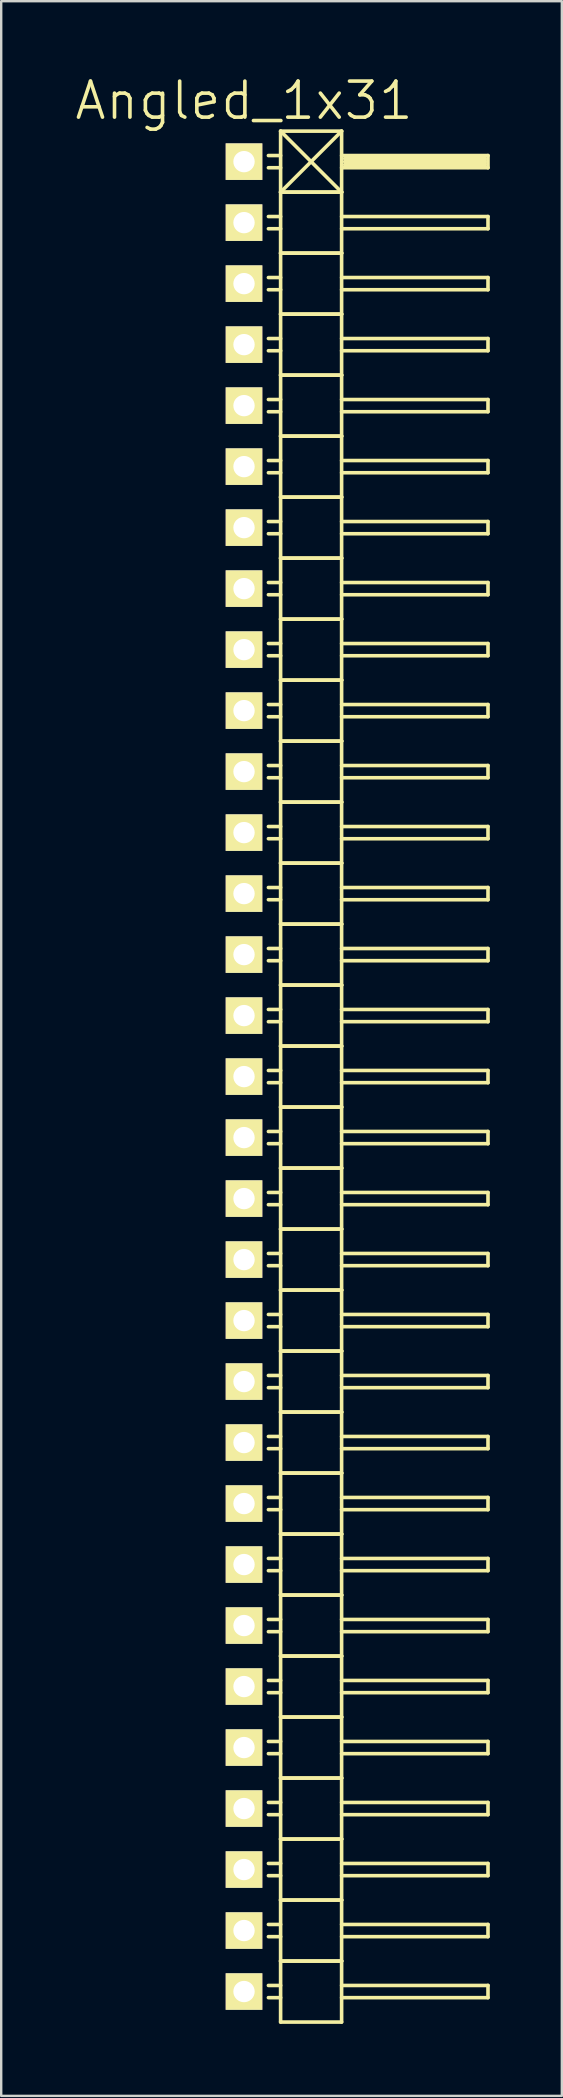
<source format=kicad_pcb>
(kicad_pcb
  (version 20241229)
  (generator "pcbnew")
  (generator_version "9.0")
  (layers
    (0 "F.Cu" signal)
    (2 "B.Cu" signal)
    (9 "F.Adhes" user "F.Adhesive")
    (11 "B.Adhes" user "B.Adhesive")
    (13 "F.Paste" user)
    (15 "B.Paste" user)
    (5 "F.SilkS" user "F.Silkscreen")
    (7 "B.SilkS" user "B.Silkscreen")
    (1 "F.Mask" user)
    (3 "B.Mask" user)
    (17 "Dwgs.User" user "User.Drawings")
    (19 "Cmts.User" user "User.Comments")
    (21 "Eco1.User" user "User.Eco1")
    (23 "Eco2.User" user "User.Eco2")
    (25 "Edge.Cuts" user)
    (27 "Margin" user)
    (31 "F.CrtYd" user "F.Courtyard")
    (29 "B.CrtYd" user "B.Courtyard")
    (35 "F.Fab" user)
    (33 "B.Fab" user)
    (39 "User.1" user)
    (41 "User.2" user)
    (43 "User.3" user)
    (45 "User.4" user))
  (footprint "Angled_1x31"
    (layer "F.Cu")
    (at 7.111 41.781)
    (property "Reference" "Angled_1x31" (at 0 -40.64 0) (layer "F.SilkS") (effects (font (size 1.5 1.5) (thickness 0.15))))
    (attr through_hole)
    (fp_line (start 1.524 -39.37) (end 1.524 -36.83) (stroke (width 0.15) (type solid)) (layer "F.SilkS"))
    (fp_line (start 1.524 -39.37) (end 4.064 -39.37) (stroke (width 0.15) (type solid)) (layer "F.SilkS"))
    (fp_line (start 1.524 -38.354) (end 1.016 -38.354) (stroke (width 0.15) (type solid)) (layer "F.SilkS"))
    (fp_line (start 1.524 -37.846) (end 1.016 -37.846) (stroke (width 0.15) (type solid)) (layer "F.SilkS"))
    (fp_line (start 1.524 -36.83) (end 1.524 -34.29) (stroke (width 0.15) (type solid)) (layer "F.SilkS"))
    (fp_line (start 1.524 -36.83) (end 4.064 -36.83) (stroke (width 0.15) (type solid)) (layer "F.SilkS"))
    (fp_line (start 1.524 -36.83) (end 4.064 -36.83) (stroke (width 0.15) (type solid)) (layer "F.SilkS"))
    (fp_line (start 1.524 -35.814) (end 1.016 -35.814) (stroke (width 0.15) (type solid)) (layer "F.SilkS"))
    (fp_line (start 1.524 -35.306) (end 1.016 -35.306) (stroke (width 0.15) (type solid)) (layer "F.SilkS"))
    (fp_line (start 1.524 -34.29) (end 1.524 -31.75) (stroke (width 0.15) (type solid)) (layer "F.SilkS"))
    (fp_line (start 1.524 -34.29) (end 4.064 -34.29) (stroke (width 0.15) (type solid)) (layer "F.SilkS"))
    (fp_line (start 1.524 -34.29) (end 4.064 -34.29) (stroke (width 0.15) (type solid)) (layer "F.SilkS"))
    (fp_line (start 1.524 -33.274) (end 1.016 -33.274) (stroke (width 0.15) (type solid)) (layer "F.SilkS"))
    (fp_line (start 1.524 -32.766) (end 1.016 -32.766) (stroke (width 0.15) (type solid)) (layer "F.SilkS"))
    (fp_line (start 1.524 -31.75) (end 1.524 -29.21) (stroke (width 0.15) (type solid)) (layer "F.SilkS"))
    (fp_line (start 1.524 -31.75) (end 4.064 -31.75) (stroke (width 0.15) (type solid)) (layer "F.SilkS"))
    (fp_line (start 1.524 -31.75) (end 4.064 -31.75) (stroke (width 0.15) (type solid)) (layer "F.SilkS"))
    (fp_line (start 1.524 -30.734) (end 1.016 -30.734) (stroke (width 0.15) (type solid)) (layer "F.SilkS"))
    (fp_line (start 1.524 -30.226) (end 1.016 -30.226) (stroke (width 0.15) (type solid)) (layer "F.SilkS"))
    (fp_line (start 1.524 -29.21) (end 1.524 -26.67) (stroke (width 0.15) (type solid)) (layer "F.SilkS"))
    (fp_line (start 1.524 -29.21) (end 4.064 -29.21) (stroke (width 0.15) (type solid)) (layer "F.SilkS"))
    (fp_line (start 1.524 -29.21) (end 4.064 -29.21) (stroke (width 0.15) (type solid)) (layer "F.SilkS"))
    (fp_line (start 1.524 -28.194) (end 1.016 -28.194) (stroke (width 0.15) (type solid)) (layer "F.SilkS"))
    (fp_line (start 1.524 -27.686) (end 1.016 -27.686) (stroke (width 0.15) (type solid)) (layer "F.SilkS"))
    (fp_line (start 1.524 -26.67) (end 1.524 -24.13) (stroke (width 0.15) (type solid)) (layer "F.SilkS"))
    (fp_line (start 1.524 -26.67) (end 4.064 -26.67) (stroke (width 0.15) (type solid)) (layer "F.SilkS"))
    (fp_line (start 1.524 -26.67) (end 4.064 -26.67) (stroke (width 0.15) (type solid)) (layer "F.SilkS"))
    (fp_line (start 1.524 -25.654) (end 1.016 -25.654) (stroke (width 0.15) (type solid)) (layer "F.SilkS"))
    (fp_line (start 1.524 -25.146) (end 1.016 -25.146) (stroke (width 0.15) (type solid)) (layer "F.SilkS"))
    (fp_line (start 1.524 -24.13) (end 1.524 -21.59) (stroke (width 0.15) (type solid)) (layer "F.SilkS"))
    (fp_line (start 1.524 -24.13) (end 4.064 -24.13) (stroke (width 0.15) (type solid)) (layer "F.SilkS"))
    (fp_line (start 1.524 -24.13) (end 4.064 -24.13) (stroke (width 0.15) (type solid)) (layer "F.SilkS"))
    (fp_line (start 1.524 -23.114) (end 1.016 -23.114) (stroke (width 0.15) (type solid)) (layer "F.SilkS"))
    (fp_line (start 1.524 -22.606) (end 1.016 -22.606) (stroke (width 0.15) (type solid)) (layer "F.SilkS"))
    (fp_line (start 1.524 -21.59) (end 1.524 -19.05) (stroke (width 0.15) (type solid)) (layer "F.SilkS"))
    (fp_line (start 1.524 -21.59) (end 4.064 -21.59) (stroke (width 0.15) (type solid)) (layer "F.SilkS"))
    (fp_line (start 1.524 -21.59) (end 4.064 -21.59) (stroke (width 0.15) (type solid)) (layer "F.SilkS"))
    (fp_line (start 1.524 -20.574) (end 1.016 -20.574) (stroke (width 0.15) (type solid)) (layer "F.SilkS"))
    (fp_line (start 1.524 -20.066) (end 1.016 -20.066) (stroke (width 0.15) (type solid)) (layer "F.SilkS"))
    (fp_line (start 1.524 -19.05) (end 1.524 -16.51) (stroke (width 0.15) (type solid)) (layer "F.SilkS"))
    (fp_line (start 1.524 -19.05) (end 4.064 -19.05) (stroke (width 0.15) (type solid)) (layer "F.SilkS"))
    (fp_line (start 1.524 -19.05) (end 4.064 -19.05) (stroke (width 0.15) (type solid)) (layer "F.SilkS"))
    (fp_line (start 1.524 -18.034) (end 1.016 -18.034) (stroke (width 0.15) (type solid)) (layer "F.SilkS"))
    (fp_line (start 1.524 -17.526) (end 1.016 -17.526) (stroke (width 0.15) (type solid)) (layer "F.SilkS"))
    (fp_line (start 1.524 -16.51) (end 1.524 -13.97) (stroke (width 0.15) (type solid)) (layer "F.SilkS"))
    (fp_line (start 1.524 -16.51) (end 4.064 -16.51) (stroke (width 0.15) (type solid)) (layer "F.SilkS"))
    (fp_line (start 1.524 -16.51) (end 4.064 -16.51) (stroke (width 0.15) (type solid)) (layer "F.SilkS"))
    (fp_line (start 1.524 -15.494) (end 1.016 -15.494) (stroke (width 0.15) (type solid)) (layer "F.SilkS"))
    (fp_line (start 1.524 -14.986) (end 1.016 -14.986) (stroke (width 0.15) (type solid)) (layer "F.SilkS"))
    (fp_line (start 1.524 -13.97) (end 1.524 -11.43) (stroke (width 0.15) (type solid)) (layer "F.SilkS"))
    (fp_line (start 1.524 -13.97) (end 4.064 -13.97) (stroke (width 0.15) (type solid)) (layer "F.SilkS"))
    (fp_line (start 1.524 -13.97) (end 4.064 -13.97) (stroke (width 0.15) (type solid)) (layer "F.SilkS"))
    (fp_line (start 1.524 -12.954) (end 1.016 -12.954) (stroke (width 0.15) (type solid)) (layer "F.SilkS"))
    (fp_line (start 1.524 -12.446) (end 1.016 -12.446) (stroke (width 0.15) (type solid)) (layer "F.SilkS"))
    (fp_line (start 1.524 -11.43) (end 1.524 -8.89) (stroke (width 0.15) (type solid)) (layer "F.SilkS"))
    (fp_line (start 1.524 -11.43) (end 4.064 -11.43) (stroke (width 0.15) (type solid)) (layer "F.SilkS"))
    (fp_line (start 1.524 -11.43) (end 4.064 -11.43) (stroke (width 0.15) (type solid)) (layer "F.SilkS"))
    (fp_line (start 1.524 -10.414) (end 1.016 -10.414) (stroke (width 0.15) (type solid)) (layer "F.SilkS"))
    (fp_line (start 1.524 -9.906) (end 1.016 -9.906) (stroke (width 0.15) (type solid)) (layer "F.SilkS"))
    (fp_line (start 1.524 -8.89) (end 1.524 -6.35) (stroke (width 0.15) (type solid)) (layer "F.SilkS"))
    (fp_line (start 1.524 -8.89) (end 4.064 -8.89) (stroke (width 0.15) (type solid)) (layer "F.SilkS"))
    (fp_line (start 1.524 -8.89) (end 4.064 -8.89) (stroke (width 0.15) (type solid)) (layer "F.SilkS"))
    (fp_line (start 1.524 -7.874) (end 1.016 -7.874) (stroke (width 0.15) (type solid)) (layer "F.SilkS"))
    (fp_line (start 1.524 -7.366) (end 1.016 -7.366) (stroke (width 0.15) (type solid)) (layer "F.SilkS"))
    (fp_line (start 1.524 -6.35) (end 1.524 -3.81) (stroke (width 0.15) (type solid)) (layer "F.SilkS"))
    (fp_line (start 1.524 -6.35) (end 4.064 -6.35) (stroke (width 0.15) (type solid)) (layer "F.SilkS"))
    (fp_line (start 1.524 -6.35) (end 4.064 -6.35) (stroke (width 0.15) (type solid)) (layer "F.SilkS"))
    (fp_line (start 1.524 -5.334) (end 1.016 -5.334) (stroke (width 0.15) (type solid)) (layer "F.SilkS"))
    (fp_line (start 1.524 -4.826) (end 1.016 -4.826) (stroke (width 0.15) (type solid)) (layer "F.SilkS"))
    (fp_line (start 1.524 -3.81) (end 1.524 -1.27) (stroke (width 0.15) (type solid)) (layer "F.SilkS"))
    (fp_line (start 1.524 -3.81) (end 4.064 -3.81) (stroke (width 0.15) (type solid)) (layer "F.SilkS"))
    (fp_line (start 1.524 -3.81) (end 4.064 -3.81) (stroke (width 0.15) (type solid)) (layer "F.SilkS"))
    (fp_line (start 1.524 -2.794) (end 1.016 -2.794) (stroke (width 0.15) (type solid)) (layer "F.SilkS"))
    (fp_line (start 1.524 -2.286) (end 1.016 -2.286) (stroke (width 0.15) (type solid)) (layer "F.SilkS"))
    (fp_line (start 1.524 -1.27) (end 1.524 1.27) (stroke (width 0.15) (type solid)) (layer "F.SilkS"))
    (fp_line (start 1.524 -1.27) (end 4.064 -1.27) (stroke (width 0.15) (type solid)) (layer "F.SilkS"))
    (fp_line (start 1.524 -1.27) (end 4.064 -1.27) (stroke (width 0.15) (type solid)) (layer "F.SilkS"))
    (fp_line (start 1.524 -0.254) (end 1.016 -0.254) (stroke (width 0.15) (type solid)) (layer "F.SilkS"))
    (fp_line (start 1.524 0.254) (end 1.016 0.254) (stroke (width 0.15) (type solid)) (layer "F.SilkS"))
    (fp_line (start 1.524 1.27) (end 1.524 3.81) (stroke (width 0.15) (type solid)) (layer "F.SilkS"))
    (fp_line (start 1.524 1.27) (end 4.064 1.27) (stroke (width 0.15) (type solid)) (layer "F.SilkS"))
    (fp_line (start 1.524 1.27) (end 4.064 1.27) (stroke (width 0.15) (type solid)) (layer "F.SilkS"))
    (fp_line (start 1.524 2.286) (end 1.016 2.286) (stroke (width 0.15) (type solid)) (layer "F.SilkS"))
    (fp_line (start 1.524 2.794) (end 1.016 2.794) (stroke (width 0.15) (type solid)) (layer "F.SilkS"))
    (fp_line (start 1.524 3.81) (end 1.524 6.35) (stroke (width 0.15) (type solid)) (layer "F.SilkS"))
    (fp_line (start 1.524 3.81) (end 4.064 3.81) (stroke (width 0.15) (type solid)) (layer "F.SilkS"))
    (fp_line (start 1.524 3.81) (end 4.064 3.81) (stroke (width 0.15) (type solid)) (layer "F.SilkS"))
    (fp_line (start 1.524 4.826) (end 1.016 4.826) (stroke (width 0.15) (type solid)) (layer "F.SilkS"))
    (fp_line (start 1.524 5.334) (end 1.016 5.334) (stroke (width 0.15) (type solid)) (layer "F.SilkS"))
    (fp_line (start 1.524 6.35) (end 1.524 8.89) (stroke (width 0.15) (type solid)) (layer "F.SilkS"))
    (fp_line (start 1.524 6.35) (end 4.064 6.35) (stroke (width 0.15) (type solid)) (layer "F.SilkS"))
    (fp_line (start 1.524 6.35) (end 4.064 6.35) (stroke (width 0.15) (type solid)) (layer "F.SilkS"))
    (fp_line (start 1.524 7.366) (end 1.016 7.366) (stroke (width 0.15) (type solid)) (layer "F.SilkS"))
    (fp_line (start 1.524 7.874) (end 1.016 7.874) (stroke (width 0.15) (type solid)) (layer "F.SilkS"))
    (fp_line (start 1.524 8.89) (end 1.524 11.43) (stroke (width 0.15) (type solid)) (layer "F.SilkS"))
    (fp_line (start 1.524 8.89) (end 4.064 8.89) (stroke (width 0.15) (type solid)) (layer "F.SilkS"))
    (fp_line (start 1.524 8.89) (end 4.064 8.89) (stroke (width 0.15) (type solid)) (layer "F.SilkS"))
    (fp_line (start 1.524 9.906) (end 1.016 9.906) (stroke (width 0.15) (type solid)) (layer "F.SilkS"))
    (fp_line (start 1.524 10.414) (end 1.016 10.414) (stroke (width 0.15) (type solid)) (layer "F.SilkS"))
    (fp_line (start 1.524 11.43) (end 1.524 13.97) (stroke (width 0.15) (type solid)) (layer "F.SilkS"))
    (fp_line (start 1.524 11.43) (end 4.064 11.43) (stroke (width 0.15) (type solid)) (layer "F.SilkS"))
    (fp_line (start 1.524 11.43) (end 4.064 11.43) (stroke (width 0.15) (type solid)) (layer "F.SilkS"))
    (fp_line (start 1.524 12.446) (end 1.016 12.446) (stroke (width 0.15) (type solid)) (layer "F.SilkS"))
    (fp_line (start 1.524 12.954) (end 1.016 12.954) (stroke (width 0.15) (type solid)) (layer "F.SilkS"))
    (fp_line (start 1.524 13.97) (end 1.524 16.51) (stroke (width 0.15) (type solid)) (layer "F.SilkS"))
    (fp_line (start 1.524 13.97) (end 4.064 13.97) (stroke (width 0.15) (type solid)) (layer "F.SilkS"))
    (fp_line (start 1.524 13.97) (end 4.064 13.97) (stroke (width 0.15) (type solid)) (layer "F.SilkS"))
    (fp_line (start 1.524 14.986) (end 1.016 14.986) (stroke (width 0.15) (type solid)) (layer "F.SilkS"))
    (fp_line (start 1.524 15.494) (end 1.016 15.494) (stroke (width 0.15) (type solid)) (layer "F.SilkS"))
    (fp_line (start 1.524 16.51) (end 1.524 19.05) (stroke (width 0.15) (type solid)) (layer "F.SilkS"))
    (fp_line (start 1.524 16.51) (end 4.064 16.51) (stroke (width 0.15) (type solid)) (layer "F.SilkS"))
    (fp_line (start 1.524 16.51) (end 4.064 16.51) (stroke (width 0.15) (type solid)) (layer "F.SilkS"))
    (fp_line (start 1.524 17.526) (end 1.016 17.526) (stroke (width 0.15) (type solid)) (layer "F.SilkS"))
    (fp_line (start 1.524 18.034) (end 1.016 18.034) (stroke (width 0.15) (type solid)) (layer "F.SilkS"))
    (fp_line (start 1.524 19.05) (end 1.524 21.59) (stroke (width 0.15) (type solid)) (layer "F.SilkS"))
    (fp_line (start 1.524 19.05) (end 4.064 19.05) (stroke (width 0.15) (type solid)) (layer "F.SilkS"))
    (fp_line (start 1.524 19.05) (end 4.064 19.05) (stroke (width 0.15) (type solid)) (layer "F.SilkS"))
    (fp_line (start 1.524 20.066) (end 1.016 20.066) (stroke (width 0.15) (type solid)) (layer "F.SilkS"))
    (fp_line (start 1.524 20.574) (end 1.016 20.574) (stroke (width 0.15) (type solid)) (layer "F.SilkS"))
    (fp_line (start 1.524 21.59) (end 1.524 24.13) (stroke (width 0.15) (type solid)) (layer "F.SilkS"))
    (fp_line (start 1.524 21.59) (end 4.064 21.59) (stroke (width 0.15) (type solid)) (layer "F.SilkS"))
    (fp_line (start 1.524 21.59) (end 4.064 21.59) (stroke (width 0.15) (type solid)) (layer "F.SilkS"))
    (fp_line (start 1.524 22.606) (end 1.016 22.606) (stroke (width 0.15) (type solid)) (layer "F.SilkS"))
    (fp_line (start 1.524 23.114) (end 1.016 23.114) (stroke (width 0.15) (type solid)) (layer "F.SilkS"))
    (fp_line (start 1.524 24.13) (end 1.524 26.67) (stroke (width 0.15) (type solid)) (layer "F.SilkS"))
    (fp_line (start 1.524 24.13) (end 4.064 24.13) (stroke (width 0.15) (type solid)) (layer "F.SilkS"))
    (fp_line (start 1.524 24.13) (end 4.064 24.13) (stroke (width 0.15) (type solid)) (layer "F.SilkS"))
    (fp_line (start 1.524 25.146) (end 1.016 25.146) (stroke (width 0.15) (type solid)) (layer "F.SilkS"))
    (fp_line (start 1.524 25.654) (end 1.016 25.654) (stroke (width 0.15) (type solid)) (layer "F.SilkS"))
    (fp_line (start 1.524 26.67) (end 1.524 29.21) (stroke (width 0.15) (type solid)) (layer "F.SilkS"))
    (fp_line (start 1.524 26.67) (end 4.064 26.67) (stroke (width 0.15) (type solid)) (layer "F.SilkS"))
    (fp_line (start 1.524 26.67) (end 4.064 26.67) (stroke (width 0.15) (type solid)) (layer "F.SilkS"))
    (fp_line (start 1.524 27.686) (end 1.016 27.686) (stroke (width 0.15) (type solid)) (layer "F.SilkS"))
    (fp_line (start 1.524 28.194) (end 1.016 28.194) (stroke (width 0.15) (type solid)) (layer "F.SilkS"))
    (fp_line (start 1.524 29.21) (end 1.524 31.75) (stroke (width 0.15) (type solid)) (layer "F.SilkS"))
    (fp_line (start 1.524 29.21) (end 4.064 29.21) (stroke (width 0.15) (type solid)) (layer "F.SilkS"))
    (fp_line (start 1.524 29.21) (end 4.064 29.21) (stroke (width 0.15) (type solid)) (layer "F.SilkS"))
    (fp_line (start 1.524 30.226) (end 1.016 30.226) (stroke (width 0.15) (type solid)) (layer "F.SilkS"))
    (fp_line (start 1.524 30.734) (end 1.016 30.734) (stroke (width 0.15) (type solid)) (layer "F.SilkS"))
    (fp_line (start 1.524 31.75) (end 1.524 34.29) (stroke (width 0.15) (type solid)) (layer "F.SilkS"))
    (fp_line (start 1.524 31.75) (end 4.064 31.75) (stroke (width 0.15) (type solid)) (layer "F.SilkS"))
    (fp_line (start 1.524 31.75) (end 4.064 31.75) (stroke (width 0.15) (type solid)) (layer "F.SilkS"))
    (fp_line (start 1.524 32.766) (end 1.016 32.766) (stroke (width 0.15) (type solid)) (layer "F.SilkS"))
    (fp_line (start 1.524 33.274) (end 1.016 33.274) (stroke (width 0.15) (type solid)) (layer "F.SilkS"))
    (fp_line (start 1.524 34.29) (end 1.524 36.83) (stroke (width 0.15) (type solid)) (layer "F.SilkS"))
    (fp_line (start 1.524 34.29) (end 4.064 34.29) (stroke (width 0.15) (type solid)) (layer "F.SilkS"))
    (fp_line (start 1.524 34.29) (end 4.064 34.29) (stroke (width 0.15) (type solid)) (layer "F.SilkS"))
    (fp_line (start 1.524 35.306) (end 1.016 35.306) (stroke (width 0.15) (type solid)) (layer "F.SilkS"))
    (fp_line (start 1.524 35.814) (end 1.016 35.814) (stroke (width 0.15) (type solid)) (layer "F.SilkS"))
    (fp_line (start 1.524 36.83) (end 1.524 39.37) (stroke (width 0.15) (type solid)) (layer "F.SilkS"))
    (fp_line (start 1.524 36.83) (end 4.064 36.83) (stroke (width 0.15) (type solid)) (layer "F.SilkS"))
    (fp_line (start 1.524 36.83) (end 4.064 36.83) (stroke (width 0.15) (type solid)) (layer "F.SilkS"))
    (fp_line (start 1.524 37.846) (end 1.016 37.846) (stroke (width 0.15) (type solid)) (layer "F.SilkS"))
    (fp_line (start 1.524 38.354) (end 1.016 38.354) (stroke (width 0.15) (type solid)) (layer "F.SilkS"))
    (fp_line (start 1.524 39.37) (end 4.064 39.37) (stroke (width 0.15) (type solid)) (layer "F.SilkS"))
    (fp_line (start 4.064 -39.37) (end 1.524 -36.83) (stroke (width 0.15) (type solid)) (layer "F.SilkS"))
    (fp_line (start 4.064 -38.354) (end 10.16 -38.354) (stroke (width 0.15) (type solid)) (layer "F.SilkS"))
    (fp_line (start 4.064 -36.83) (end 1.524 -39.37) (stroke (width 0.15) (type solid)) (layer "F.SilkS"))
    (fp_line (start 4.064 -36.83) (end 4.064 -39.37) (stroke (width 0.15) (type solid)) (layer "F.SilkS"))
    (fp_line (start 4.064 -35.814) (end 10.16 -35.814) (stroke (width 0.15) (type solid)) (layer "F.SilkS"))
    (fp_line (start 4.064 -34.29) (end 4.064 -36.83) (stroke (width 0.15) (type solid)) (layer "F.SilkS"))
    (fp_line (start 4.064 -33.274) (end 10.16 -33.274) (stroke (width 0.15) (type solid)) (layer "F.SilkS"))
    (fp_line (start 4.064 -31.75) (end 4.064 -34.29) (stroke (width 0.15) (type solid)) (layer "F.SilkS"))
    (fp_line (start 4.064 -30.734) (end 10.16 -30.734) (stroke (width 0.15) (type solid)) (layer "F.SilkS"))
    (fp_line (start 4.064 -29.21) (end 4.064 -31.75) (stroke (width 0.15) (type solid)) (layer "F.SilkS"))
    (fp_line (start 4.064 -28.194) (end 10.16 -28.194) (stroke (width 0.15) (type solid)) (layer "F.SilkS"))
    (fp_line (start 4.064 -26.67) (end 4.064 -29.21) (stroke (width 0.15) (type solid)) (layer "F.SilkS"))
    (fp_line (start 4.064 -25.654) (end 10.16 -25.654) (stroke (width 0.15) (type solid)) (layer "F.SilkS"))
    (fp_line (start 4.064 -24.13) (end 4.064 -26.67) (stroke (width 0.15) (type solid)) (layer "F.SilkS"))
    (fp_line (start 4.064 -23.114) (end 10.16 -23.114) (stroke (width 0.15) (type solid)) (layer "F.SilkS"))
    (fp_line (start 4.064 -21.59) (end 4.064 -24.13) (stroke (width 0.15) (type solid)) (layer "F.SilkS"))
    (fp_line (start 4.064 -20.574) (end 10.16 -20.574) (stroke (width 0.15) (type solid)) (layer "F.SilkS"))
    (fp_line (start 4.064 -19.05) (end 4.064 -21.59) (stroke (width 0.15) (type solid)) (layer "F.SilkS"))
    (fp_line (start 4.064 -18.034) (end 10.16 -18.034) (stroke (width 0.15) (type solid)) (layer "F.SilkS"))
    (fp_line (start 4.064 -16.51) (end 4.064 -19.05) (stroke (width 0.15) (type solid)) (layer "F.SilkS"))
    (fp_line (start 4.064 -15.494) (end 10.16 -15.494) (stroke (width 0.15) (type solid)) (layer "F.SilkS"))
    (fp_line (start 4.064 -13.97) (end 4.064 -16.51) (stroke (width 0.15) (type solid)) (layer "F.SilkS"))
    (fp_line (start 4.064 -12.954) (end 10.16 -12.954) (stroke (width 0.15) (type solid)) (layer "F.SilkS"))
    (fp_line (start 4.064 -11.43) (end 4.064 -13.97) (stroke (width 0.15) (type solid)) (layer "F.SilkS"))
    (fp_line (start 4.064 -10.414) (end 10.16 -10.414) (stroke (width 0.15) (type solid)) (layer "F.SilkS"))
    (fp_line (start 4.064 -8.89) (end 4.064 -11.43) (stroke (width 0.15) (type solid)) (layer "F.SilkS"))
    (fp_line (start 4.064 -7.874) (end 10.16 -7.874) (stroke (width 0.15) (type solid)) (layer "F.SilkS"))
    (fp_line (start 4.064 -6.35) (end 4.064 -8.89) (stroke (width 0.15) (type solid)) (layer "F.SilkS"))
    (fp_line (start 4.064 -5.334) (end 10.16 -5.334) (stroke (width 0.15) (type solid)) (layer "F.SilkS"))
    (fp_line (start 4.064 -3.81) (end 4.064 -6.35) (stroke (width 0.15) (type solid)) (layer "F.SilkS"))
    (fp_line (start 4.064 -2.794) (end 10.16 -2.794) (stroke (width 0.15) (type solid)) (layer "F.SilkS"))
    (fp_line (start 4.064 -1.27) (end 4.064 -3.81) (stroke (width 0.15) (type solid)) (layer "F.SilkS"))
    (fp_line (start 4.064 -0.254) (end 10.16 -0.254) (stroke (width 0.15) (type solid)) (layer "F.SilkS"))
    (fp_line (start 4.064 1.27) (end 4.064 -1.27) (stroke (width 0.15) (type solid)) (layer "F.SilkS"))
    (fp_line (start 4.064 2.286) (end 10.16 2.286) (stroke (width 0.15) (type solid)) (layer "F.SilkS"))
    (fp_line (start 4.064 3.81) (end 4.064 1.27) (stroke (width 0.15) (type solid)) (layer "F.SilkS"))
    (fp_line (start 4.064 4.826) (end 10.16 4.826) (stroke (width 0.15) (type solid)) (layer "F.SilkS"))
    (fp_line (start 4.064 6.35) (end 4.064 3.81) (stroke (width 0.15) (type solid)) (layer "F.SilkS"))
    (fp_line (start 4.064 7.366) (end 10.16 7.366) (stroke (width 0.15) (type solid)) (layer "F.SilkS"))
    (fp_line (start 4.064 8.89) (end 4.064 6.35) (stroke (width 0.15) (type solid)) (layer "F.SilkS"))
    (fp_line (start 4.064 9.906) (end 10.16 9.906) (stroke (width 0.15) (type solid)) (layer "F.SilkS"))
    (fp_line (start 4.064 11.43) (end 4.064 8.89) (stroke (width 0.15) (type solid)) (layer "F.SilkS"))
    (fp_line (start 4.064 12.446) (end 10.16 12.446) (stroke (width 0.15) (type solid)) (layer "F.SilkS"))
    (fp_line (start 4.064 13.97) (end 4.064 11.43) (stroke (width 0.15) (type solid)) (layer "F.SilkS"))
    (fp_line (start 4.064 14.986) (end 10.16 14.986) (stroke (width 0.15) (type solid)) (layer "F.SilkS"))
    (fp_line (start 4.064 16.51) (end 4.064 13.97) (stroke (width 0.15) (type solid)) (layer "F.SilkS"))
    (fp_line (start 4.064 17.526) (end 10.16 17.526) (stroke (width 0.15) (type solid)) (layer "F.SilkS"))
    (fp_line (start 4.064 19.05) (end 4.064 16.51) (stroke (width 0.15) (type solid)) (layer "F.SilkS"))
    (fp_line (start 4.064 20.066) (end 10.16 20.066) (stroke (width 0.15) (type solid)) (layer "F.SilkS"))
    (fp_line (start 4.064 21.59) (end 4.064 19.05) (stroke (width 0.15) (type solid)) (layer "F.SilkS"))
    (fp_line (start 4.064 22.606) (end 10.16 22.606) (stroke (width 0.15) (type solid)) (layer "F.SilkS"))
    (fp_line (start 4.064 24.13) (end 4.064 21.59) (stroke (width 0.15) (type solid)) (layer "F.SilkS"))
    (fp_line (start 4.064 25.146) (end 10.16 25.146) (stroke (width 0.15) (type solid)) (layer "F.SilkS"))
    (fp_line (start 4.064 26.67) (end 4.064 24.13) (stroke (width 0.15) (type solid)) (layer "F.SilkS"))
    (fp_line (start 4.064 27.686) (end 10.16 27.686) (stroke (width 0.15) (type solid)) (layer "F.SilkS"))
    (fp_line (start 4.064 29.21) (end 4.064 26.67) (stroke (width 0.15) (type solid)) (layer "F.SilkS"))
    (fp_line (start 4.064 30.226) (end 10.16 30.226) (stroke (width 0.15) (type solid)) (layer "F.SilkS"))
    (fp_line (start 4.064 31.75) (end 4.064 29.21) (stroke (width 0.15) (type solid)) (layer "F.SilkS"))
    (fp_line (start 4.064 32.766) (end 10.16 32.766) (stroke (width 0.15) (type solid)) (layer "F.SilkS"))
    (fp_line (start 4.064 34.29) (end 4.064 31.75) (stroke (width 0.15) (type solid)) (layer "F.SilkS"))
    (fp_line (start 4.064 35.306) (end 10.16 35.306) (stroke (width 0.15) (type solid)) (layer "F.SilkS"))
    (fp_line (start 4.064 36.83) (end 4.064 34.29) (stroke (width 0.15) (type solid)) (layer "F.SilkS"))
    (fp_line (start 4.064 37.846) (end 10.16 37.846) (stroke (width 0.15) (type solid)) (layer "F.SilkS"))
    (fp_line (start 4.064 39.37) (end 4.064 36.83) (stroke (width 0.15) (type solid)) (layer "F.SilkS"))
    (fp_line (start 4.191 -38.227) (end 10.033 -38.227) (stroke (width 0.15) (type solid)) (layer "F.SilkS"))
    (fp_line (start 4.191 -38.1) (end 10.033 -38.1) (stroke (width 0.15) (type solid)) (layer "F.SilkS"))
    (fp_line (start 10.033 -38.227) (end 10.033 -37.973) (stroke (width 0.15) (type solid)) (layer "F.SilkS"))
    (fp_line (start 10.033 -37.973) (end 4.191 -37.973) (stroke (width 0.15) (type solid)) (layer "F.SilkS"))
    (fp_line (start 10.16 -38.354) (end 10.16 -37.846) (stroke (width 0.15) (type solid)) (layer "F.SilkS"))
    (fp_line (start 10.16 -37.846) (end 4.064 -37.846) (stroke (width 0.15) (type solid)) (layer "F.SilkS"))
    (fp_line (start 10.16 -35.814) (end 10.16 -35.306) (stroke (width 0.15) (type solid)) (layer "F.SilkS"))
    (fp_line (start 10.16 -35.306) (end 4.064 -35.306) (stroke (width 0.15) (type solid)) (layer "F.SilkS"))
    (fp_line (start 10.16 -33.274) (end 10.16 -32.766) (stroke (width 0.15) (type solid)) (layer "F.SilkS"))
    (fp_line (start 10.16 -32.766) (end 4.064 -32.766) (stroke (width 0.15) (type solid)) (layer "F.SilkS"))
    (fp_line (start 10.16 -30.734) (end 10.16 -30.226) (stroke (width 0.15) (type solid)) (layer "F.SilkS"))
    (fp_line (start 10.16 -30.226) (end 4.064 -30.226) (stroke (width 0.15) (type solid)) (layer "F.SilkS"))
    (fp_line (start 10.16 -28.194) (end 10.16 -27.686) (stroke (width 0.15) (type solid)) (layer "F.SilkS"))
    (fp_line (start 10.16 -27.686) (end 4.064 -27.686) (stroke (width 0.15) (type solid)) (layer "F.SilkS"))
    (fp_line (start 10.16 -25.654) (end 10.16 -25.146) (stroke (width 0.15) (type solid)) (layer "F.SilkS"))
    (fp_line (start 10.16 -25.146) (end 4.064 -25.146) (stroke (width 0.15) (type solid)) (layer "F.SilkS"))
    (fp_line (start 10.16 -23.114) (end 10.16 -22.606) (stroke (width 0.15) (type solid)) (layer "F.SilkS"))
    (fp_line (start 10.16 -22.606) (end 4.064 -22.606) (stroke (width 0.15) (type solid)) (layer "F.SilkS"))
    (fp_line (start 10.16 -20.574) (end 10.16 -20.066) (stroke (width 0.15) (type solid)) (layer "F.SilkS"))
    (fp_line (start 10.16 -20.066) (end 4.064 -20.066) (stroke (width 0.15) (type solid)) (layer "F.SilkS"))
    (fp_line (start 10.16 -18.034) (end 10.16 -17.526) (stroke (width 0.15) (type solid)) (layer "F.SilkS"))
    (fp_line (start 10.16 -17.526) (end 4.064 -17.526) (stroke (width 0.15) (type solid)) (layer "F.SilkS"))
    (fp_line (start 10.16 -15.494) (end 10.16 -14.986) (stroke (width 0.15) (type solid)) (layer "F.SilkS"))
    (fp_line (start 10.16 -14.986) (end 4.064 -14.986) (stroke (width 0.15) (type solid)) (layer "F.SilkS"))
    (fp_line (start 10.16 -12.954) (end 10.16 -12.446) (stroke (width 0.15) (type solid)) (layer "F.SilkS"))
    (fp_line (start 10.16 -12.446) (end 4.064 -12.446) (stroke (width 0.15) (type solid)) (layer "F.SilkS"))
    (fp_line (start 10.16 -10.414) (end 10.16 -9.906) (stroke (width 0.15) (type solid)) (layer "F.SilkS"))
    (fp_line (start 10.16 -9.906) (end 4.064 -9.906) (stroke (width 0.15) (type solid)) (layer "F.SilkS"))
    (fp_line (start 10.16 -7.874) (end 10.16 -7.366) (stroke (width 0.15) (type solid)) (layer "F.SilkS"))
    (fp_line (start 10.16 -7.366) (end 4.064 -7.366) (stroke (width 0.15) (type solid)) (layer "F.SilkS"))
    (fp_line (start 10.16 -5.334) (end 10.16 -4.826) (stroke (width 0.15) (type solid)) (layer "F.SilkS"))
    (fp_line (start 10.16 -4.826) (end 4.064 -4.826) (stroke (width 0.15) (type solid)) (layer "F.SilkS"))
    (fp_line (start 10.16 -2.794) (end 10.16 -2.286) (stroke (width 0.15) (type solid)) (layer "F.SilkS"))
    (fp_line (start 10.16 -2.286) (end 4.064 -2.286) (stroke (width 0.15) (type solid)) (layer "F.SilkS"))
    (fp_line (start 10.16 -0.254) (end 10.16 0.254) (stroke (width 0.15) (type solid)) (layer "F.SilkS"))
    (fp_line (start 10.16 0.254) (end 4.064 0.254) (stroke (width 0.15) (type solid)) (layer "F.SilkS"))
    (fp_line (start 10.16 2.286) (end 10.16 2.794) (stroke (width 0.15) (type solid)) (layer "F.SilkS"))
    (fp_line (start 10.16 2.794) (end 4.064 2.794) (stroke (width 0.15) (type solid)) (layer "F.SilkS"))
    (fp_line (start 10.16 4.826) (end 10.16 5.334) (stroke (width 0.15) (type solid)) (layer "F.SilkS"))
    (fp_line (start 10.16 5.334) (end 4.064 5.334) (stroke (width 0.15) (type solid)) (layer "F.SilkS"))
    (fp_line (start 10.16 7.366) (end 10.16 7.874) (stroke (width 0.15) (type solid)) (layer "F.SilkS"))
    (fp_line (start 10.16 7.874) (end 4.064 7.874) (stroke (width 0.15) (type solid)) (layer "F.SilkS"))
    (fp_line (start 10.16 9.906) (end 10.16 10.414) (stroke (width 0.15) (type solid)) (layer "F.SilkS"))
    (fp_line (start 10.16 10.414) (end 4.064 10.414) (stroke (width 0.15) (type solid)) (layer "F.SilkS"))
    (fp_line (start 10.16 12.446) (end 10.16 12.954) (stroke (width 0.15) (type solid)) (layer "F.SilkS"))
    (fp_line (start 10.16 12.954) (end 4.064 12.954) (stroke (width 0.15) (type solid)) (layer "F.SilkS"))
    (fp_line (start 10.16 14.986) (end 10.16 15.494) (stroke (width 0.15) (type solid)) (layer "F.SilkS"))
    (fp_line (start 10.16 15.494) (end 4.064 15.494) (stroke (width 0.15) (type solid)) (layer "F.SilkS"))
    (fp_line (start 10.16 17.526) (end 10.16 18.034) (stroke (width 0.15) (type solid)) (layer "F.SilkS"))
    (fp_line (start 10.16 18.034) (end 4.064 18.034) (stroke (width 0.15) (type solid)) (layer "F.SilkS"))
    (fp_line (start 10.16 20.066) (end 10.16 20.574) (stroke (width 0.15) (type solid)) (layer "F.SilkS"))
    (fp_line (start 10.16 20.574) (end 4.064 20.574) (stroke (width 0.15) (type solid)) (layer "F.SilkS"))
    (fp_line (start 10.16 22.606) (end 10.16 23.114) (stroke (width 0.15) (type solid)) (layer "F.SilkS"))
    (fp_line (start 10.16 23.114) (end 4.064 23.114) (stroke (width 0.15) (type solid)) (layer "F.SilkS"))
    (fp_line (start 10.16 25.146) (end 10.16 25.654) (stroke (width 0.15) (type solid)) (layer "F.SilkS"))
    (fp_line (start 10.16 25.654) (end 4.064 25.654) (stroke (width 0.15) (type solid)) (layer "F.SilkS"))
    (fp_line (start 10.16 27.686) (end 10.16 28.194) (stroke (width 0.15) (type solid)) (layer "F.SilkS"))
    (fp_line (start 10.16 28.194) (end 4.064 28.194) (stroke (width 0.15) (type solid)) (layer "F.SilkS"))
    (fp_line (start 10.16 30.226) (end 10.16 30.734) (stroke (width 0.15) (type solid)) (layer "F.SilkS"))
    (fp_line (start 10.16 30.734) (end 4.064 30.734) (stroke (width 0.15) (type solid)) (layer "F.SilkS"))
    (fp_line (start 10.16 32.766) (end 10.16 33.274) (stroke (width 0.15) (type solid)) (layer "F.SilkS"))
    (fp_line (start 10.16 33.274) (end 4.064 33.274) (stroke (width 0.15) (type solid)) (layer "F.SilkS"))
    (fp_line (start 10.16 35.306) (end 10.16 35.814) (stroke (width 0.15) (type solid)) (layer "F.SilkS"))
    (fp_line (start 10.16 35.814) (end 4.064 35.814) (stroke (width 0.15) (type solid)) (layer "F.SilkS"))
    (fp_line (start 10.16 37.846) (end 10.16 38.354) (stroke (width 0.15) (type solid)) (layer "F.SilkS"))
    (fp_line (start 10.16 38.354) (end 4.064 38.354) (stroke (width 0.15) (type solid)) (layer "F.SilkS"))
    (pad "1" thru_hole rect (at 0 -38.1) (size 1.524 1.524) (drill 0.889) (layers "*.Cu" "*.Mask" "F.SilkS"))
    (pad "2" thru_hole rect (at 0 -35.56) (size 1.524 1.524) (drill 0.889) (layers "*.Cu" "*.Mask" "F.SilkS"))
    (pad "3" thru_hole rect (at 0 -33.02) (size 1.524 1.524) (drill 0.889) (layers "*.Cu" "*.Mask" "F.SilkS"))
    (pad "4" thru_hole rect (at 0 -30.48) (size 1.524 1.524) (drill 0.889) (layers "*.Cu" "*.Mask" "F.SilkS"))
    (pad "5" thru_hole rect (at 0 -27.94) (size 1.524 1.524) (drill 0.889) (layers "*.Cu" "*.Mask" "F.SilkS"))
    (pad "6" thru_hole rect (at 0 -25.4) (size 1.524 1.524) (drill 0.889) (layers "*.Cu" "*.Mask" "F.SilkS"))
    (pad "7" thru_hole rect (at 0 -22.86) (size 1.524 1.524) (drill 0.889) (layers "*.Cu" "*.Mask" "F.SilkS"))
    (pad "8" thru_hole rect (at 0 -20.32) (size 1.524 1.524) (drill 0.889) (layers "*.Cu" "*.Mask" "F.SilkS"))
    (pad "9" thru_hole rect (at 0 -17.78) (size 1.524 1.524) (drill 0.889) (layers "*.Cu" "*.Mask" "F.SilkS"))
    (pad "10" thru_hole rect (at 0 -15.24) (size 1.524 1.524) (drill 0.889) (layers "*.Cu" "*.Mask" "F.SilkS"))
    (pad "11" thru_hole rect (at 0 -12.7) (size 1.524 1.524) (drill 0.889) (layers "*.Cu" "*.Mask" "F.SilkS"))
    (pad "12" thru_hole rect (at 0 -10.16) (size 1.524 1.524) (drill 0.889) (layers "*.Cu" "*.Mask" "F.SilkS"))
    (pad "13" thru_hole rect (at 0 -7.62) (size 1.524 1.524) (drill 0.889) (layers "*.Cu" "*.Mask" "F.SilkS"))
    (pad "14" thru_hole rect (at 0 -5.08) (size 1.524 1.524) (drill 0.889) (layers "*.Cu" "*.Mask" "F.SilkS"))
    (pad "15" thru_hole rect (at 0 -2.54) (size 1.524 1.524) (drill 0.889) (layers "*.Cu" "*.Mask" "F.SilkS"))
    (pad "16" thru_hole rect (at 0 0) (size 1.524 1.524) (drill 0.889) (layers "*.Cu" "*.Mask" "F.SilkS"))
    (pad "17" thru_hole rect (at 0 2.54) (size 1.524 1.524) (drill 0.889) (layers "*.Cu" "*.Mask" "F.SilkS"))
    (pad "18" thru_hole rect (at 0 5.08) (size 1.524 1.524) (drill 0.889) (layers "*.Cu" "*.Mask" "F.SilkS"))
    (pad "19" thru_hole rect (at 0 7.62) (size 1.524 1.524) (drill 0.889) (layers "*.Cu" "*.Mask" "F.SilkS"))
    (pad "20" thru_hole rect (at 0 10.16) (size 1.524 1.524) (drill 0.889) (layers "*.Cu" "*.Mask" "F.SilkS"))
    (pad "21" thru_hole rect (at 0 12.7) (size 1.524 1.524) (drill 0.889) (layers "*.Cu" "*.Mask" "F.SilkS"))
    (pad "22" thru_hole rect (at 0 15.24) (size 1.524 1.524) (drill 0.889) (layers "*.Cu" "*.Mask" "F.SilkS"))
    (pad "23" thru_hole rect (at 0 17.78) (size 1.524 1.524) (drill 0.889) (layers "*.Cu" "*.Mask" "F.SilkS"))
    (pad "24" thru_hole rect (at 0 20.32) (size 1.524 1.524) (drill 0.889) (layers "*.Cu" "*.Mask" "F.SilkS"))
    (pad "25" thru_hole rect (at 0 22.86) (size 1.524 1.524) (drill 0.889) (layers "*.Cu" "*.Mask" "F.SilkS"))
    (pad "26" thru_hole rect (at 0 25.4) (size 1.524 1.524) (drill 0.889) (layers "*.Cu" "*.Mask" "F.SilkS"))
    (pad "27" thru_hole rect (at 0 27.94) (size 1.524 1.524) (drill 0.889) (layers "*.Cu" "*.Mask" "F.SilkS"))
    (pad "28" thru_hole rect (at 0 30.48) (size 1.524 1.524) (drill 0.889) (layers "*.Cu" "*.Mask" "F.SilkS"))
    (pad "29" thru_hole rect (at 0 33.02) (size 1.524 1.524) (drill 0.889) (layers "*.Cu" "*.Mask" "F.SilkS"))
    (pad "30" thru_hole rect (at 0 35.56) (size 1.524 1.524) (drill 0.889) (layers "*.Cu" "*.Mask" "F.SilkS"))
    (pad "31" thru_hole rect (at 0 38.1) (size 1.524 1.524) (drill 0.889) (layers "*.Cu" "*.Mask" "F.SilkS")))
  (gr_rect
    (start -3 -3)
    (end 20.346 84.226)
    (stroke (width 0.1) (type default))
    (fill no)
    (layer "Edge.Cuts")))
</source>
